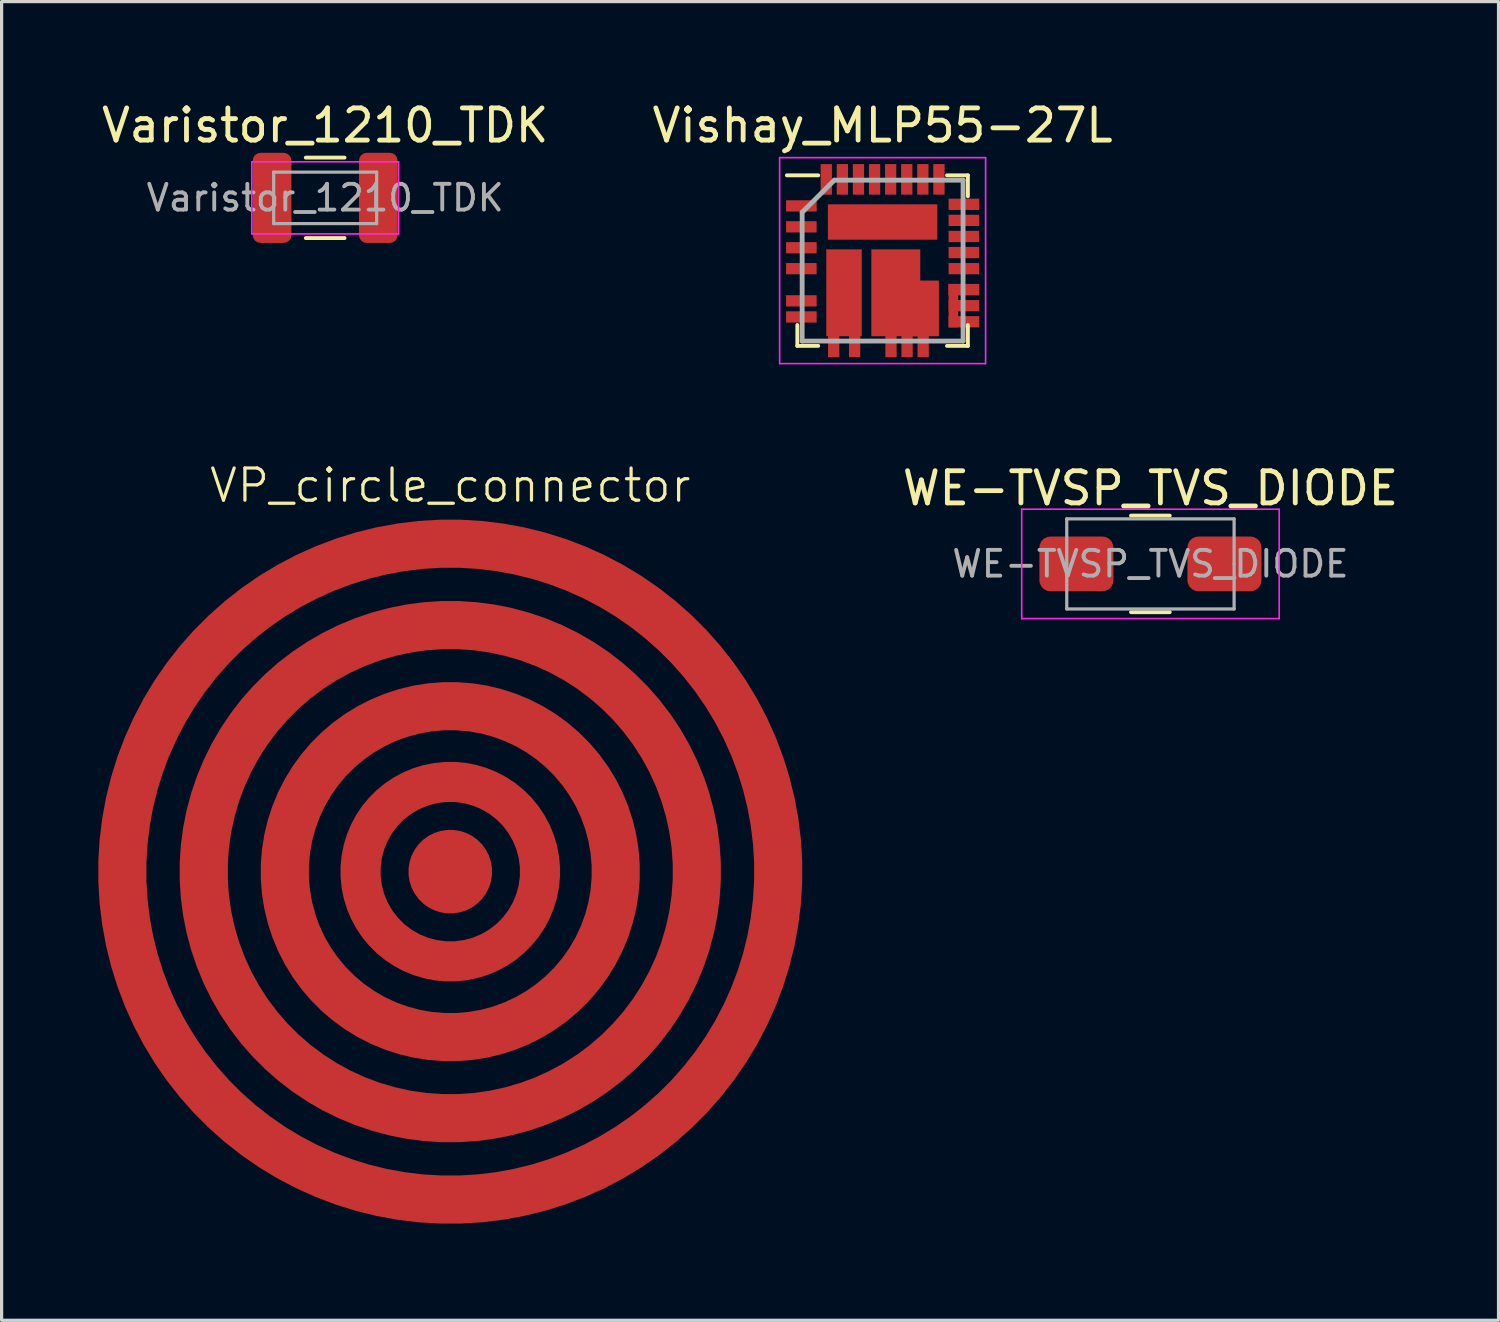
<source format=kicad_pcb>
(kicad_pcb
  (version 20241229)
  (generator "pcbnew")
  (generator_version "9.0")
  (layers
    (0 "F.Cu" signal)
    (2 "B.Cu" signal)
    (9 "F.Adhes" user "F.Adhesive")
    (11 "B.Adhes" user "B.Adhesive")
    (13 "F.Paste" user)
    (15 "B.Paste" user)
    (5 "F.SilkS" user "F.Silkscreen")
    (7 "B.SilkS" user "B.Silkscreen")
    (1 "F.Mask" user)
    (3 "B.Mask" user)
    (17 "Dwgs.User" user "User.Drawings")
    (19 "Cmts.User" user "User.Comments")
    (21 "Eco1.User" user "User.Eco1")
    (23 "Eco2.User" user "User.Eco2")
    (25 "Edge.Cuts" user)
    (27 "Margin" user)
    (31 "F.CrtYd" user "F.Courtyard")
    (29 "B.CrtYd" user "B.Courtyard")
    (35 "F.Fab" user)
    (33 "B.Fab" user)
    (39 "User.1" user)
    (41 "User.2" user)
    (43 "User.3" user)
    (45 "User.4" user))
  (footprint "VP_circle_connector"
    (layer "F.Cu")
    (at 10.941 24.034)
    (property "Reference" "VP_circle_connector" (at 0 -12 0) (unlocked yes) (layer "F.SilkS") (effects (font (size 1 1) (thickness 0.1))))
    (attr smd)
    (pad "1" smd custom (at 0 0) (size 1 1) (layers "F.Cu" "F.Mask" "F.Paste") (options (anchor circle)) (primitives (gr_circle (center 0 0) (end 1.3 0) (width 0) (fill yes))))
    (pad "2" smd custom (at 2.788 0) (size 1 1) (layers "F.Cu" "F.Mask" "F.Paste") (options (anchor circle)) (primitives (gr_circle (center -2.788 0) (end 0 0) (width 1.25) (fill no))))
    (pad "3" smd custom (at 5.142 0) (size 1 1) (layers "F.Cu" "F.Mask" "F.Paste") (options (anchor circle)) (primitives (gr_circle (center -5.142 0) (end 0 0) (width 1.499) (fill no))))
    (pad "4" smd custom (at 7.662 0) (size 1 1) (layers "F.Cu" "F.Mask" "F.Paste") (options (anchor circle)) (primitives (gr_circle (center -7.662 0) (end 0 0) (width 1.499) (fill no))))
    (pad "5" smd custom (at 10.191 0) (size 1 1) (layers "F.Cu" "F.Mask" "F.Paste") (options (anchor circle)) (primitives (gr_circle (center -10.191 0) (end 0 0) (width 1.499) (fill no)))))
  (footprint "Varistor_1210_TDK"
    (layer "F.Cu")
    (at 7.054 3.098)
    (property "Reference" "Varistor_1210_TDK" (at 0 -2.25 0) (layer "F.SilkS") (effects (font (size 1 1) (thickness 0.15))))
    (attr smd)
    (fp_line (start -0.602 -1.25) (end 0.602 -1.25) (stroke (width 0.12) (type solid)) (layer "F.SilkS"))
    (fp_line (start -0.602 1.25) (end 0.602 1.25) (stroke (width 0.12) (type solid)) (layer "F.SilkS"))
    (fp_line (start -2.28 -1.12) (end 2.28 -1.12) (stroke (width 0.05) (type solid)) (layer "F.CrtYd"))
    (fp_line (start -2.28 1.12) (end -2.28 -1.12) (stroke (width 0.05) (type solid)) (layer "F.CrtYd"))
    (fp_line (start 2.28 -1.12) (end 2.28 1.12) (stroke (width 0.05) (type solid)) (layer "F.CrtYd"))
    (fp_line (start 2.28 1.12) (end -2.28 1.12) (stroke (width 0.05) (type solid)) (layer "F.CrtYd"))
    (fp_line (start -1.6 -0.8) (end 1.6 -0.8) (stroke (width 0.1) (type solid)) (layer "F.Fab"))
    (fp_line (start -1.6 0.8) (end -1.6 -0.8) (stroke (width 0.1) (type solid)) (layer "F.Fab"))
    (fp_line (start 1.6 -0.8) (end 1.6 0.8) (stroke (width 0.1) (type solid)) (layer "F.Fab"))
    (fp_line (start 1.6 0.8) (end -1.6 0.8) (stroke (width 0.1) (type solid)) (layer "F.Fab"))
    (fp_text user "${REFERENCE}" (at 0 0 0) (layer "F.Fab") (effects (font (size 0.8 0.8) (thickness 0.12))))
    (pad "1" smd roundrect (at -1.65 0 180) (size 1.2 2.8) (layers "F.Cu" "F.Mask" "F.Paste") (roundrect_rratio 0.2))
    (pad "2" smd roundrect (at 1.65 0) (size 1.2 2.8) (layers "F.Cu" "F.Mask" "F.Paste") (roundrect_rratio 0.2)))
  (footprint "Vishay_MLP55-27L"
    (layer "F.Cu")
    (at 24.375 5.048)
    (property "Reference" "Vishay_MLP55-27L" (at 0 -4.2 0) (layer "F.SilkS") (effects (font (size 1 1) (thickness 0.15))))
    (attr smd)
    (fp_line (start -2.65 2.65) (end -2.65 2) (stroke (width 0.12) (type solid)) (layer "F.SilkS"))
    (fp_line (start -2 -2.65) (end -2.975 -2.65) (stroke (width 0.12) (type solid)) (layer "F.SilkS"))
    (fp_line (start -2 2.65) (end -2.65 2.65) (stroke (width 0.12) (type solid)) (layer "F.SilkS"))
    (fp_line (start 2 -2.65) (end 2.65 -2.65) (stroke (width 0.12) (type solid)) (layer "F.SilkS"))
    (fp_line (start 2 2.65) (end 2.65 2.65) (stroke (width 0.12) (type solid)) (layer "F.SilkS"))
    (fp_line (start 2.65 -2.65) (end 2.65 -2) (stroke (width 0.12) (type solid)) (layer "F.SilkS"))
    (fp_line (start 2.65 2.65) (end 2.65 2) (stroke (width 0.12) (type solid)) (layer "F.SilkS"))
    (fp_line (start -3.2 -3.2) (end 3.2 -3.2) (stroke (width 0.05) (type solid)) (layer "F.CrtYd"))
    (fp_line (start -3.2 3.2) (end -3.2 -3.2) (stroke (width 0.05) (type solid)) (layer "F.CrtYd"))
    (fp_line (start 3.2 -3.2) (end 3.2 3.2) (stroke (width 0.05) (type solid)) (layer "F.CrtYd"))
    (fp_line (start 3.2 3.2) (end -3.2 3.2) (stroke (width 0.05) (type solid)) (layer "F.CrtYd"))
    (fp_line (start -2.5 -1.5) (end -2.5 2.5) (stroke (width 0.15) (type solid)) (layer "F.Fab"))
    (fp_line (start -2.5 2.5) (end 2.5 2.5) (stroke (width 0.15) (type solid)) (layer "F.Fab"))
    (fp_line (start -1.5 -2.5) (end -2.5 -1.5) (stroke (width 0.15) (type solid)) (layer "F.Fab"))
    (fp_line (start 2.5 -2.5) (end -1.5 -2.5) (stroke (width 0.15) (type solid)) (layer "F.Fab"))
    (fp_line (start 2.5 2.5) (end 2.5 -2.5) (stroke (width 0.15) (type solid)) (layer "F.Fab"))
    (pad "1" smd rect (at -2.525 -1.7 90) (size 0.35 0.95) (layers "F.Cu" "F.Mask" "F.Paste"))
    (pad "2" smd rect (at -2.525 -1.05 90) (size 0.35 0.95) (layers "F.Cu" "F.Mask" "F.Paste"))
    (pad "3" smd rect (at -2.525 -0.4 90) (size 0.35 0.95) (layers "F.Cu" "F.Mask" "F.Paste"))
    (pad "4" smd rect (at -2.525 0.25 90) (size 0.35 0.95) (layers "F.Cu" "F.Mask" "F.Paste"))
    (pad "5" smd rect (at -2.525 1.25 90) (size 0.35 0.95) (layers "F.Cu" "F.Mask" "F.Paste"))
    (pad "6" smd rect (at -2.525 1.75 90) (size 0.35 0.95) (layers "F.Cu" "F.Mask" "F.Paste"))
    (pad "7" smd rect (at -1.52 2.5 180) (size 0.35 1) (layers "F.Cu" "F.Mask" "F.Paste"))
    (pad "8" smd rect (at -0.87 2.5 180) (size 0.35 1) (layers "F.Cu" "F.Mask" "F.Paste"))
    (pad "9" smd rect (at 0.26 2.5 180) (size 0.35 1) (layers "F.Cu" "F.Mask" "F.Paste"))
    (pad "10" smd rect (at 0.76 2.5 180) (size 0.35 1) (layers "F.Cu" "F.Mask" "F.Paste"))
    (pad "11" smd rect (at 1.26 2.5 180) (size 0.35 1) (layers "F.Cu" "F.Mask" "F.Paste"))
    (pad "12" smd rect (at 2.525 1.9 90) (size 0.35 0.95) (layers "F.Cu" "F.Mask" "F.Paste"))
    (pad "13" smd rect (at 2.2 1.4 180) (size 0.3 1.35) (layers "F.Cu" "F.Mask" "F.Paste"))
    (pad "13" smd rect (at 2.525 1.4 90) (size 0.35 0.95) (layers "F.Cu" "F.Mask" "F.Paste"))
    (pad "14" smd rect (at 2.525 0.9 90) (size 0.35 0.95) (layers "F.Cu" "F.Mask" "F.Paste"))
    (pad "14" smd rect (at 2.525 0.9 90) (size 0.35 0.95) (layers "F.Cu" "F.Mask" "F.Paste"))
    (pad "15" smd rect (at 2.525 0.25 90) (size 0.35 0.95) (layers "F.Cu" "F.Mask" "F.Paste"))
    (pad "16" smd rect (at 2.525 -0.25 90) (size 0.35 0.95) (layers "F.Cu" "F.Mask" "F.Paste"))
    (pad "17" smd rect (at 2.525 -0.75 90) (size 0.35 0.95) (layers "F.Cu" "F.Mask" "F.Paste"))
    (pad "18" smd rect (at 2.525 -1.25 90) (size 0.35 0.95) (layers "F.Cu" "F.Mask" "F.Paste"))
    (pad "19" smd rect (at 2.525 -1.75 90) (size 0.35 0.95) (layers "F.Cu" "F.Mask" "F.Paste"))
    (pad "20" smd rect (at 1.75 -2.525 180) (size 0.35 0.95) (layers "F.Cu" "F.Mask" "F.Paste"))
    (pad "21" smd rect (at 1.25 -2.525 180) (size 0.35 0.95) (layers "F.Cu" "F.Mask" "F.Paste"))
    (pad "22" smd rect (at 0.75 -2.525 180) (size 0.35 0.95) (layers "F.Cu" "F.Mask" "F.Paste"))
    (pad "23" smd rect (at 0.25 -2.525 180) (size 0.35 0.95) (layers "F.Cu" "F.Mask" "F.Paste"))
    (pad "24" smd rect (at -0.25 -2.525 180) (size 0.35 0.95) (layers "F.Cu" "F.Mask" "F.Paste"))
    (pad "25" smd rect (at -0.75 -2.525 180) (size 0.35 0.95) (layers "F.Cu" "F.Mask" "F.Paste"))
    (pad "26" smd rect (at -1.25 -2.525 180) (size 0.35 0.95) (layers "F.Cu" "F.Mask" "F.Paste"))
    (pad "27" smd rect (at -1.75 -2.525 180) (size 0.35 0.95) (layers "F.Cu" "F.Mask" "F.Paste"))
    (pad "28" smd rect (at 0 -1.2 180) (size 3.4 1.1) (layers "F.Cu" "F.Mask" "F.Paste"))
    (pad "29" smd rect (at -1.2 1 180) (size 1.1 2.7) (layers "F.Cu" "F.Mask" "F.Paste"))
    (pad "30" smd rect (at 0.41 1 180) (size 1.52 2.7) (layers "F.Cu" "F.Mask" "F.Paste"))
    (pad "30" smd rect (at 1.17 1.485 180) (size 1.16 1.73) (layers "F.Cu" "F.Mask" "F.Paste")))
  (footprint "WE-TVSP_TVS_DIODE"
    (layer "F.Cu")
    (at 32.697 14.472)
    (property "Reference" "WE-TVSP_TVS_DIODE" (at 0 -2.35 0) (layer "F.SilkS") (effects (font (size 1 1) (thickness 0.15))))
    (attr smd)
    (fp_line (start -0.604 -1.5) (end 0.6 -1.5) (stroke (width 0.12) (type solid)) (layer "F.SilkS"))
    (fp_line (start -0.604 1.5) (end 0.6 1.5) (stroke (width 0.12) (type solid)) (layer "F.SilkS"))
    (fp_line (start -4 -1.7) (end -4 0) (stroke (width 0.05) (type solid)) (layer "F.CrtYd"))
    (fp_line (start -4 -1.7) (end 4 -1.7) (stroke (width 0.05) (type solid)) (layer "F.CrtYd"))
    (fp_line (start -4 1.7) (end -4 0) (stroke (width 0.05) (type solid)) (layer "F.CrtYd"))
    (fp_line (start -4 1.7) (end 4 1.7) (stroke (width 0.05) (type solid)) (layer "F.CrtYd"))
    (fp_line (start 4 -1.7) (end 4 0) (stroke (width 0.05) (type solid)) (layer "F.CrtYd"))
    (fp_line (start 4 1.7) (end 4 0) (stroke (width 0.05) (type solid)) (layer "F.CrtYd"))
    (fp_line (start -2.6 -1.4) (end 2.6 -1.4) (stroke (width 0.1) (type solid)) (layer "F.Fab"))
    (fp_line (start -2.6 0) (end -2.6 -1.4) (stroke (width 0.1) (type solid)) (layer "F.Fab"))
    (fp_line (start -2.6 0) (end -2.6 1.4) (stroke (width 0.1) (type solid)) (layer "F.Fab"))
    (fp_line (start 2.6 0) (end 2.6 -1.4) (stroke (width 0.1) (type solid)) (layer "F.Fab"))
    (fp_line (start 2.6 0) (end 2.6 1.4) (stroke (width 0.1) (type solid)) (layer "F.Fab"))
    (fp_line (start 2.6 1.4) (end -2.6 1.4) (stroke (width 0.1) (type solid)) (layer "F.Fab"))
    (fp_text user "${REFERENCE}" (at 0 0 0) (layer "F.Fab") (effects (font (size 0.8 0.8) (thickness 0.12))))
    (pad "1" smd roundrect (at -2.3 0) (size 2.3 1.7) (layers "F.Cu" "F.Mask" "F.Paste") (roundrect_rratio 0.2))
    (pad "2" smd roundrect (at 2.3 0 180) (size 2.3 1.7) (layers "F.Cu" "F.Mask" "F.Paste") (roundrect_rratio 0.2)))
  (gr_rect
    (start -3 -3)
    (end 43.513 37.975)
    (stroke (width 0.1) (type default))
    (fill no)
    (layer "Edge.Cuts")))
</source>
